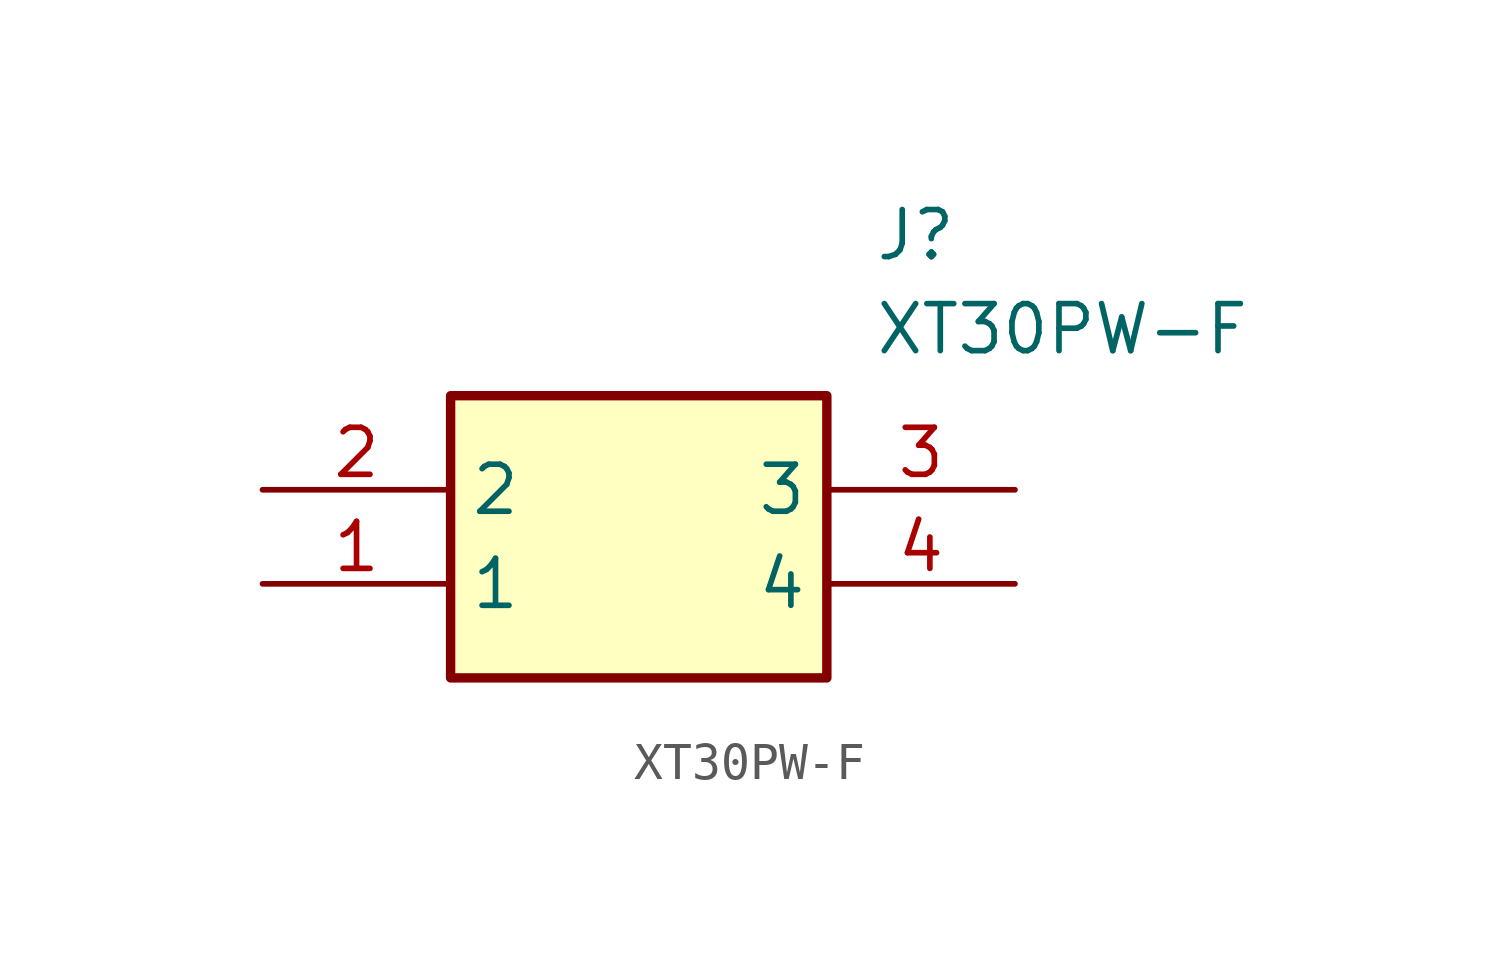
<source format=kicad_sym>
(kicad_symbol_lib
  (version 20241209)
  (generator "kicad_symbol_editor")
  (generator_version "9.0")
  (symbol "XT30PW-F"
    (property "Reference" "J"
      (at 16.51 7.62 0)
      (effects (font (size 1.27 1.27)) (justify left top)))
    (property "Value" "XT30PW-F"
      (at 16.51 5.08 0)
      (effects (font (size 1.27 1.27)) (justify left top)))
    (symbol "XT30PW-F_1_1"
      (rectangle (start 5.08 2.54) (end 15.24 -5.08) (stroke (width 0.254) (type default)) (fill (type background)))
      (pin passive line (at 0 0 0) (length 5.08) (name "2" (effects (font (size 1.27 1.27)))) (number "2" (effects (font (size 1.27 1.27)))))
      (pin passive line (at 0 -2.54 0) (length 5.08) (name "1" (effects (font (size 1.27 1.27)))) (number "1" (effects (font (size 1.27 1.27)))))
      (pin passive line (at 20.32 0 180) (length 5.08) (name "3" (effects (font (size 1.27 1.27)))) (number "3" (effects (font (size 1.27 1.27)))))
      (pin passive line (at 20.32 -2.54 180) (length 5.08) (name "4" (effects (font (size 1.27 1.27)))) (number "4" (effects (font (size 1.27 1.27))))))))
</source>
